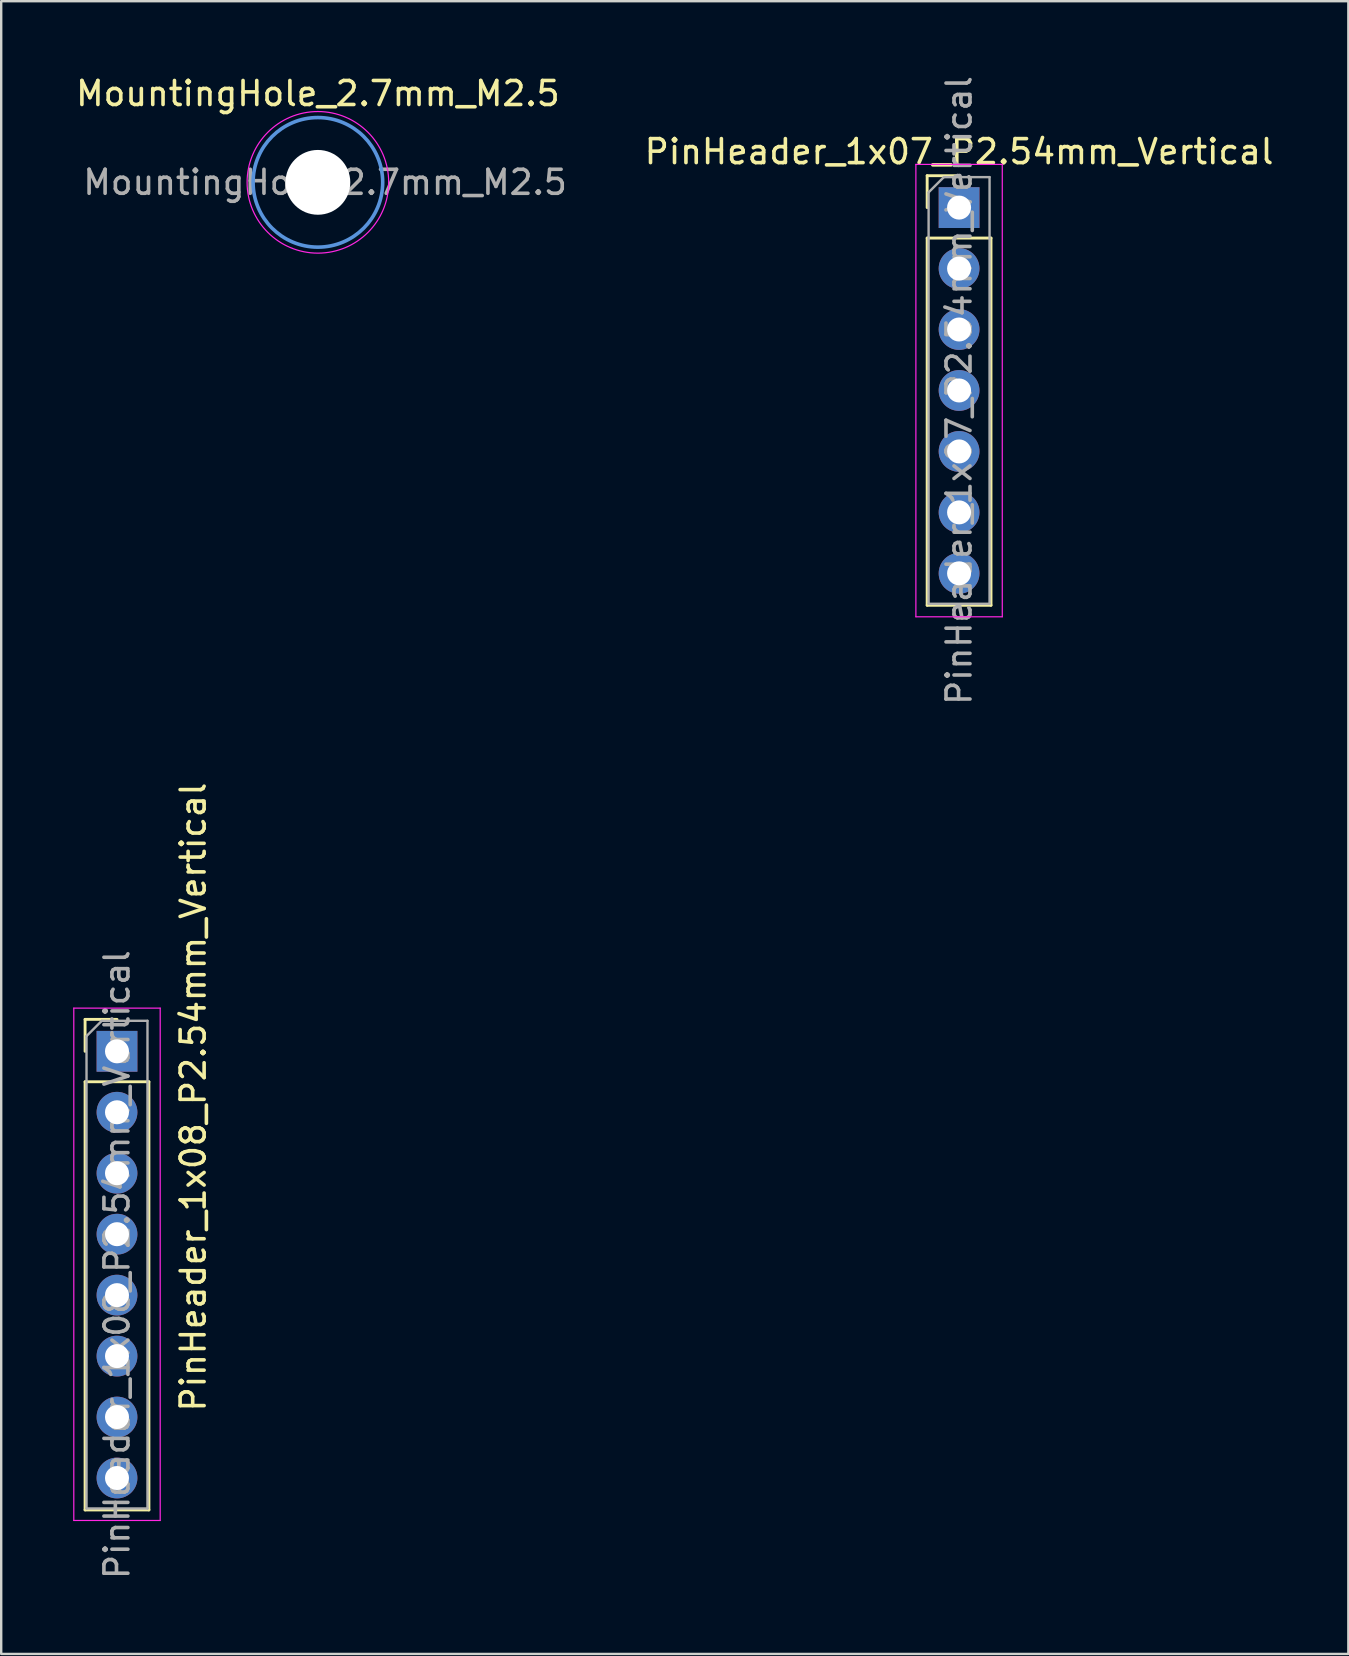
<source format=kicad_pcb>
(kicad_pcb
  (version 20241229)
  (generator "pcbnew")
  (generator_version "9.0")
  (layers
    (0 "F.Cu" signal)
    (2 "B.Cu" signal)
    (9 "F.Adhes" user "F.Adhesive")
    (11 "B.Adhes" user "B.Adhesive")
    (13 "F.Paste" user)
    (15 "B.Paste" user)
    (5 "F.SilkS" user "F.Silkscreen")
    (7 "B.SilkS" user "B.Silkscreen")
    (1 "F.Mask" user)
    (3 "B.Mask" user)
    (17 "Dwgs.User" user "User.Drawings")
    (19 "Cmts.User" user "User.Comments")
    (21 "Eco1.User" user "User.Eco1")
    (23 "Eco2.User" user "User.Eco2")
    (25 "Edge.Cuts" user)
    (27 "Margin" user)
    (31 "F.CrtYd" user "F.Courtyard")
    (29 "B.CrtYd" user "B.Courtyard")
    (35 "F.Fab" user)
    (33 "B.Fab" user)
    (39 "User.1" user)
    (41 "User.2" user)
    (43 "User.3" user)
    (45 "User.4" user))
  (footprint "PinHeader_1x07_P2.54mm_Vertical"
    (layer "F.Cu")
    (at 36.913 5.6)
    (property "Reference" "PinHeader_1x07_P2.54mm_Vertical" (at 0 -2.33 180) (layer "F.SilkS") (effects (font (size 1 1) (thickness 0.15))))
    (attr through_hole)
    (fp_line (start -1.33 -1.33) (end 0 -1.33) (stroke (width 0.12) (type solid)) (layer "F.SilkS"))
    (fp_line (start -1.33 0) (end -1.33 -1.33) (stroke (width 0.12) (type solid)) (layer "F.SilkS"))
    (fp_line (start -1.33 1.27) (end -1.33 16.57) (stroke (width 0.12) (type solid)) (layer "F.SilkS"))
    (fp_line (start -1.33 1.27) (end 1.33 1.27) (stroke (width 0.12) (type solid)) (layer "F.SilkS"))
    (fp_line (start -1.33 16.57) (end 1.33 16.57) (stroke (width 0.12) (type solid)) (layer "F.SilkS"))
    (fp_line (start 1.33 1.27) (end 1.33 16.57) (stroke (width 0.12) (type solid)) (layer "F.SilkS"))
    (fp_line (start -1.8 -1.8) (end -1.8 17.05) (stroke (width 0.05) (type solid)) (layer "F.CrtYd"))
    (fp_line (start -1.8 17.05) (end 1.8 17.05) (stroke (width 0.05) (type solid)) (layer "F.CrtYd"))
    (fp_line (start 1.8 -1.8) (end -1.8 -1.8) (stroke (width 0.05) (type solid)) (layer "F.CrtYd"))
    (fp_line (start 1.8 17.05) (end 1.8 -1.8) (stroke (width 0.05) (type solid)) (layer "F.CrtYd"))
    (fp_line (start -1.27 -0.635) (end -0.635 -1.27) (stroke (width 0.1) (type solid)) (layer "F.Fab"))
    (fp_line (start -1.27 16.51) (end -1.27 -0.635) (stroke (width 0.1) (type solid)) (layer "F.Fab"))
    (fp_line (start -0.635 -1.27) (end 1.27 -1.27) (stroke (width 0.1) (type solid)) (layer "F.Fab"))
    (fp_line (start 1.27 -1.27) (end 1.27 16.51) (stroke (width 0.1) (type solid)) (layer "F.Fab"))
    (fp_line (start 1.27 16.51) (end -1.27 16.51) (stroke (width 0.1) (type solid)) (layer "F.Fab"))
    (fp_text user "${REFERENCE}" (at 0 7.62 90) (layer "F.Fab") (effects (font (size 1 1) (thickness 0.15))))
    (pad "1" thru_hole rect (at 0 0) (size 1.7 1.7) (drill 1) (layers "*.Cu" "*.Mask"))
    (pad "2" thru_hole oval (at 0 2.54) (size 1.7 1.7) (drill 1) (layers "*.Cu" "*.Mask"))
    (pad "3" thru_hole oval (at 0 5.08) (size 1.7 1.7) (drill 1) (layers "*.Cu" "*.Mask"))
    (pad "4" thru_hole oval (at 0 7.62) (size 1.7 1.7) (drill 1) (layers "*.Cu" "*.Mask"))
    (pad "5" thru_hole oval (at 0 10.16) (size 1.7 1.7) (drill 1) (layers "*.Cu" "*.Mask"))
    (pad "6" thru_hole oval (at 0 12.7) (size 1.7 1.7) (drill 1) (layers "*.Cu" "*.Mask"))
    (pad "7" thru_hole oval (at 0 15.24) (size 1.7 1.7) (drill 1) (layers "*.Cu" "*.Mask")))
  (footprint "MountingHole_2.7mm_M2.5"
    (layer "F.Cu")
    (at 10.196 4.548)
    (property "Reference" "MountingHole_2.7mm_M2.5" (at 0 -3.7 0) (layer "F.SilkS") (effects (font (size 1 1) (thickness 0.15))))
    (attr exclude_from_pos_files exclude_from_bom)
    (fp_circle (center 0 0) (end 2.7 0) (stroke (width 0.15) (type solid)) (fill no) (layer "Cmts.User"))
    (fp_circle (center 0 0) (end 2.95 0) (stroke (width 0.05) (type solid)) (fill no) (layer "F.CrtYd"))
    (fp_text user "${REFERENCE}" (at 0.3 0 0) (layer "F.Fab") (effects (font (size 1 1) (thickness 0.15))))
    (pad "" np_thru_hole circle (at 0 0) (size 2.7 2.7) (drill 2.7) (layers "*.Cu" "*.Mask")))
  (footprint "PinHeader_1x08_P2.54mm_Vertical"
    (layer "F.Cu")
    (at 1.825 40.756)
    (property "Reference" "PinHeader_1x08_P2.54mm_Vertical" (at 3.175 1.905 90) (layer "F.SilkS") (effects (font (size 1 1) (thickness 0.15))))
    (attr through_hole)
    (fp_line (start -1.33 -1.33) (end 0 -1.33) (stroke (width 0.12) (type solid)) (layer "F.SilkS"))
    (fp_line (start -1.33 0) (end -1.33 -1.33) (stroke (width 0.12) (type solid)) (layer "F.SilkS"))
    (fp_line (start -1.33 1.27) (end -1.33 19.11) (stroke (width 0.12) (type solid)) (layer "F.SilkS"))
    (fp_line (start -1.33 1.27) (end 1.33 1.27) (stroke (width 0.12) (type solid)) (layer "F.SilkS"))
    (fp_line (start -1.33 19.11) (end 1.33 19.11) (stroke (width 0.12) (type solid)) (layer "F.SilkS"))
    (fp_line (start 1.33 1.27) (end 1.33 19.11) (stroke (width 0.12) (type solid)) (layer "F.SilkS"))
    (fp_line (start -1.8 -1.8) (end -1.8 19.55) (stroke (width 0.05) (type solid)) (layer "F.CrtYd"))
    (fp_line (start -1.8 19.55) (end 1.8 19.55) (stroke (width 0.05) (type solid)) (layer "F.CrtYd"))
    (fp_line (start 1.8 -1.8) (end -1.8 -1.8) (stroke (width 0.05) (type solid)) (layer "F.CrtYd"))
    (fp_line (start 1.8 19.55) (end 1.8 -1.8) (stroke (width 0.05) (type solid)) (layer "F.CrtYd"))
    (fp_line (start -1.27 -0.635) (end -0.635 -1.27) (stroke (width 0.1) (type solid)) (layer "F.Fab"))
    (fp_line (start -1.27 19.05) (end -1.27 -0.635) (stroke (width 0.1) (type solid)) (layer "F.Fab"))
    (fp_line (start -0.635 -1.27) (end 1.27 -1.27) (stroke (width 0.1) (type solid)) (layer "F.Fab"))
    (fp_line (start 1.27 -1.27) (end 1.27 19.05) (stroke (width 0.1) (type solid)) (layer "F.Fab"))
    (fp_line (start 1.27 19.05) (end -1.27 19.05) (stroke (width 0.1) (type solid)) (layer "F.Fab"))
    (fp_text user "${REFERENCE}" (at 0 8.89 270) (layer "F.Fab") (effects (font (size 1 1) (thickness 0.15))))
    (pad "1" thru_hole rect (at 0 0) (size 1.7 1.7) (drill 1) (layers "*.Cu" "*.Mask"))
    (pad "2" thru_hole oval (at 0 2.54) (size 1.7 1.7) (drill 1) (layers "*.Cu" "*.Mask"))
    (pad "3" thru_hole oval (at 0 5.08) (size 1.7 1.7) (drill 1) (layers "*.Cu" "*.Mask"))
    (pad "4" thru_hole oval (at 0 7.62) (size 1.7 1.7) (drill 1) (layers "*.Cu" "*.Mask"))
    (pad "5" thru_hole oval (at 0 10.16) (size 1.7 1.7) (drill 1) (layers "*.Cu" "*.Mask"))
    (pad "6" thru_hole oval (at 0 12.7) (size 1.7 1.7) (drill 1) (layers "*.Cu" "*.Mask"))
    (pad "7" thru_hole oval (at 0 15.24) (size 1.7 1.7) (drill 1) (layers "*.Cu" "*.Mask"))
    (pad "8" thru_hole oval (at 0 17.78) (size 1.7 1.7) (drill 1) (layers "*.Cu" "*.Mask")))
  (gr_rect
    (start -3 -3)
    (end 53.133 65.866)
    (stroke (width 0.1) (type default))
    (fill no)
    (layer "Edge.Cuts")))
</source>
